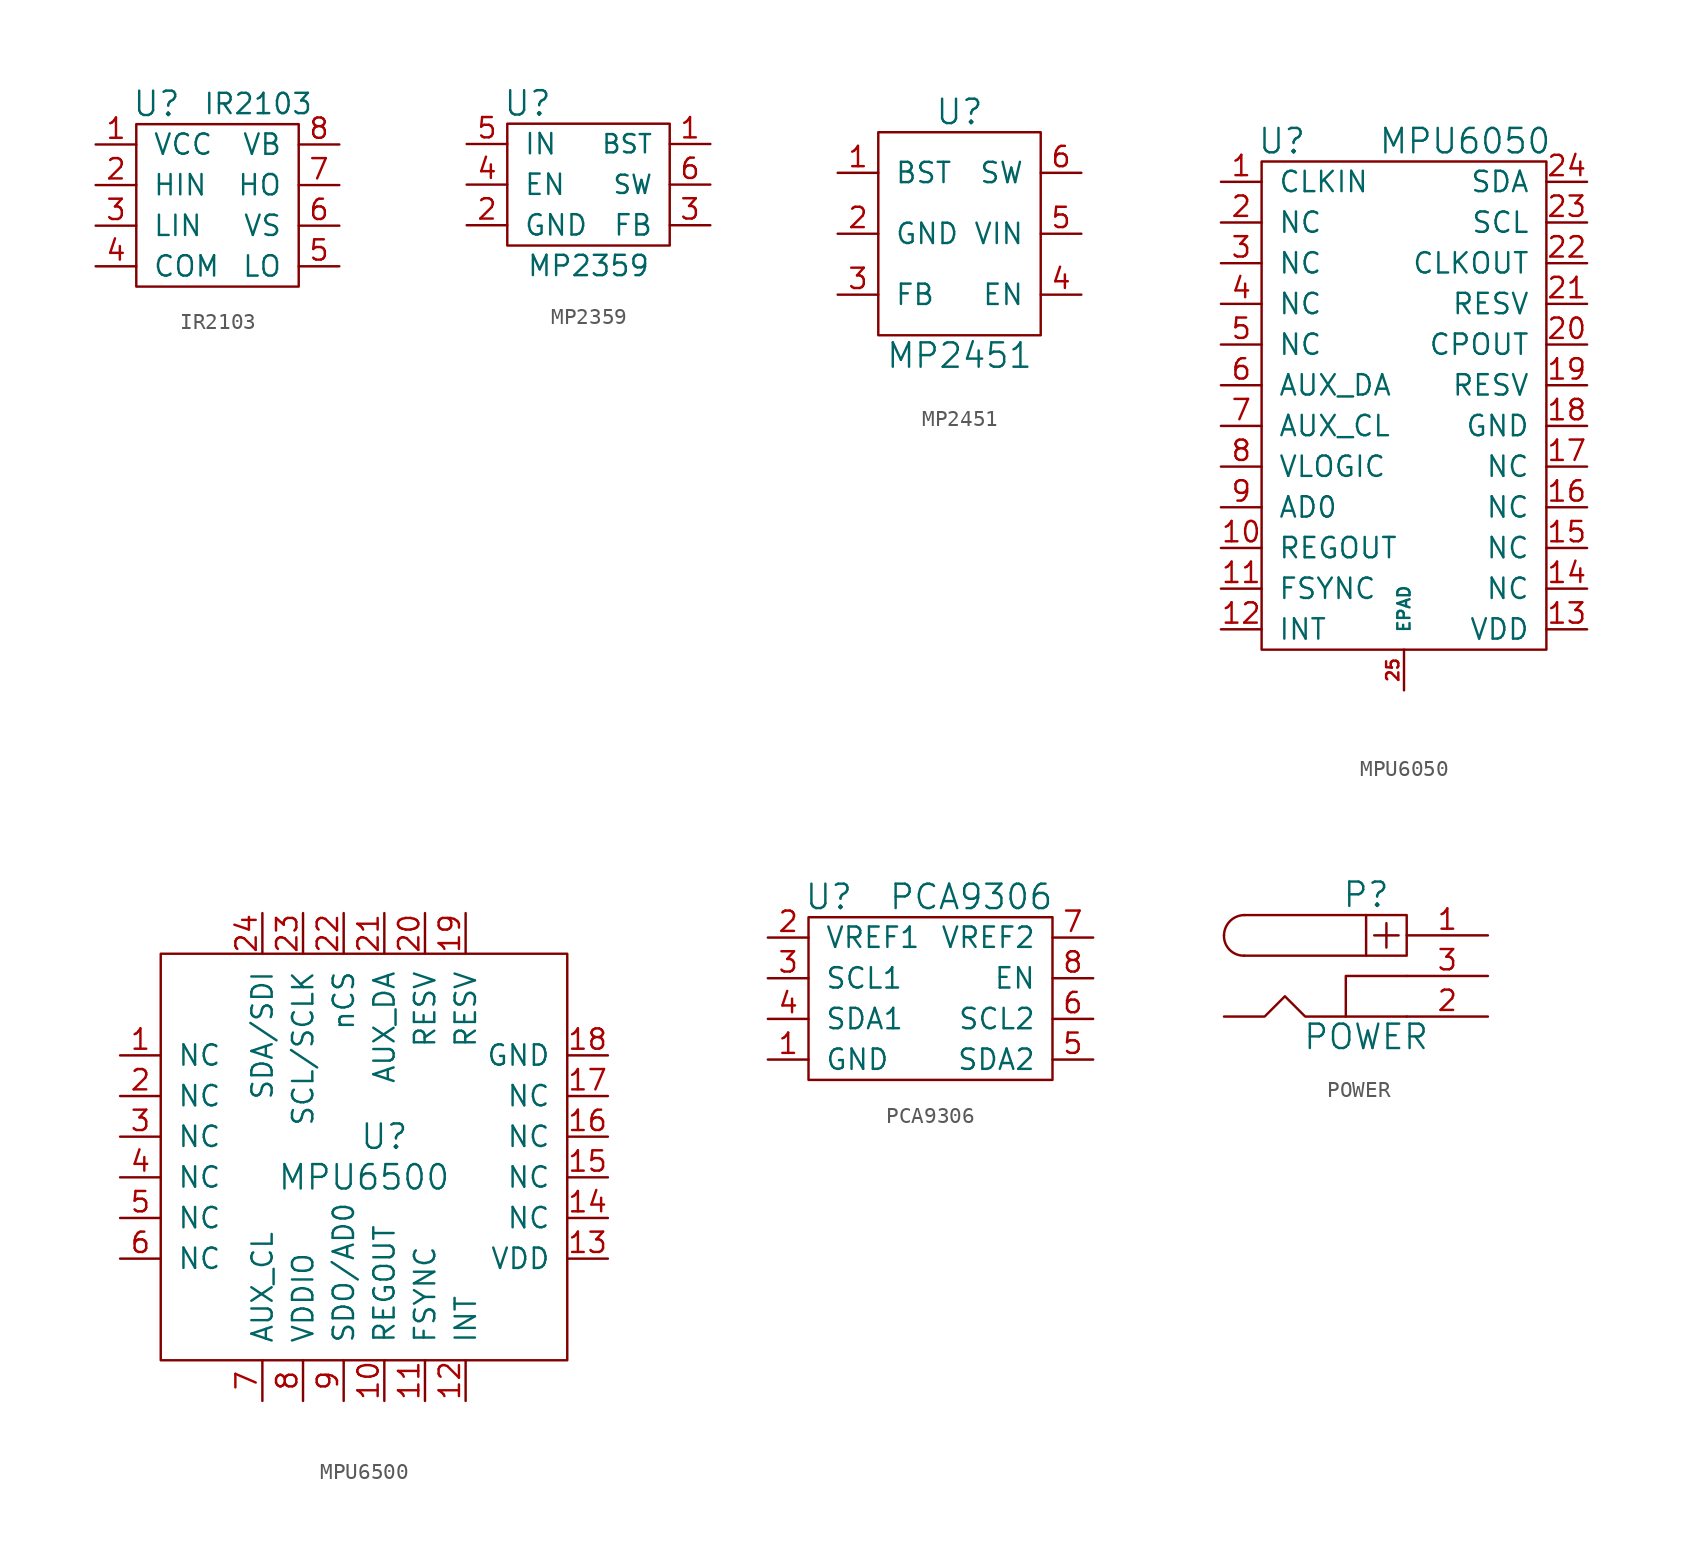
<source format=kicad_sym>
(kicad_symbol_lib
  (version 20220914)
  (generator kicad_symbol_editor)
  (symbol "IR2103"
    (pin_names
      (offset 1.016))
    (property "Reference" "U"
      (at -3.81 6.35 0)
      (effects (font (size 1.524 1.524))))
    (property "Value" "IR2103"
      (at 2.54 6.35 0)
      (effects (font (size 1.27 1.27))))
    (symbol "IR2103_0_1"
      (rectangle (start -5.08 5.08) (end 5.08 -5.08) (stroke (width 0) (type default)) (fill (type none))))
    (symbol "IR2103_1_1"
      (pin passive line (at -7.62 3.81 0) (length 2.54) (name "VCC" (effects (font (size 1.27 1.27)))) (number "1" (effects (font (size 1.27 1.27)))))
      (pin passive line (at -7.62 1.27 0) (length 2.54) (name "HIN" (effects (font (size 1.27 1.27)))) (number "2" (effects (font (size 1.27 1.27)))))
      (pin passive line (at -7.62 -1.27 0) (length 2.54) (name "LIN" (effects (font (size 1.27 1.27)))) (number "3" (effects (font (size 1.27 1.27)))))
      (pin passive line (at -7.62 -3.81 0) (length 2.54) (name "COM" (effects (font (size 1.27 1.27)))) (number "4" (effects (font (size 1.27 1.27)))))
      (pin passive line (at 7.62 -3.81 180) (length 2.54) (name "LO" (effects (font (size 1.27 1.27)))) (number "5" (effects (font (size 1.27 1.27)))))
      (pin passive line (at 7.62 -1.27 180) (length 2.54) (name "VS" (effects (font (size 1.27 1.27)))) (number "6" (effects (font (size 1.27 1.27)))))
      (pin passive line (at 7.62 1.27 180) (length 2.54) (name "HO" (effects (font (size 1.27 1.27)))) (number "7" (effects (font (size 1.27 1.27)))))
      (pin passive line (at 7.62 3.81 180) (length 2.54) (name "VB" (effects (font (size 1.27 1.27)))) (number "8" (effects (font (size 1.27 1.27)))))))
  (symbol "MP2359"
    (pin_names
      (offset 1.016))
    (property "Reference" "U"
      (at -3.81 5.08 0)
      (effects (font (size 1.524 1.524))))
    (property "Value" "MP2359"
      (at 0 -5.08 0)
      (effects (font (size 1.27 1.27))))
    (property "Footprint" ""
      (at 0 0 0)
      (effects (font (size 1.524 1.524))))
    (property "Datasheet" ""
      (at 0 0 0)
      (effects (font (size 1.524 1.524))))
    (symbol "MP2359_0_1"
      (rectangle (start -5.08 3.81) (end 5.08 -3.81) (stroke (width 0) (type default)) (fill (type none))))
    (symbol "MP2359_1_1"
      (pin input line (at 7.62 2.54 180) (length 2.54) (name "BST" (effects (font (size 1.143 1.143)))) (number "1" (effects (font (size 1.27 1.27)))))
      (pin input line (at -7.62 -2.54 0) (length 2.54) (name "GND" (effects (font (size 1.27 1.27)))) (number "2" (effects (font (size 1.27 1.27)))))
      (pin input line (at 7.62 -2.54 180) (length 2.54) (name "FB" (effects (font (size 1.27 1.27)))) (number "3" (effects (font (size 1.27 1.27)))))
      (pin input line (at -7.62 0 0) (length 2.54) (name "EN" (effects (font (size 1.27 1.27)))) (number "4" (effects (font (size 1.27 1.27)))))
      (pin input line (at -7.62 2.54 0) (length 2.54) (name "IN" (effects (font (size 1.27 1.27)))) (number "5" (effects (font (size 1.27 1.27)))))
      (pin input line (at 7.62 0 180) (length 2.54) (name "SW" (effects (font (size 1.143 1.143)))) (number "6" (effects (font (size 1.27 1.27)))))))
  (symbol "MP2451"
    (pin_names
      (offset 1.016))
    (property "Reference" "U"
      (at 0 7.62 0)
      (effects (font (size 1.524 1.524))))
    (property "Value" "MP2451"
      (at 0 -7.62 0)
      (effects (font (size 1.524 1.524))))
    (symbol "MP2451_0_1"
      (rectangle (start -5.08 6.35) (end 5.08 -6.35) (stroke (width 0) (type default)) (fill (type none))))
    (symbol "MP2451_1_1"
      (pin bidirectional line (at -7.62 3.81 0) (length 2.54) (name "BST" (effects (font (size 1.27 1.27)))) (number "1" (effects (font (size 1.27 1.27)))))
      (pin power_in line (at -7.62 0 0) (length 2.54) (name "GND" (effects (font (size 1.27 1.27)))) (number "2" (effects (font (size 1.27 1.27)))))
      (pin input line (at -7.62 -3.81 0) (length 2.54) (name "FB" (effects (font (size 1.27 1.27)))) (number "3" (effects (font (size 1.27 1.27)))))
      (pin input line (at 7.62 -3.81 180) (length 2.54) (name "EN" (effects (font (size 1.27 1.27)))) (number "4" (effects (font (size 1.27 1.27)))))
      (pin power_in line (at 7.62 0 180) (length 2.54) (name "VIN" (effects (font (size 1.27 1.27)))) (number "5" (effects (font (size 1.27 1.27)))))
      (pin output line (at 7.62 3.81 180) (length 2.54) (name "SW" (effects (font (size 1.27 1.27)))) (number "6" (effects (font (size 1.27 1.27)))))))
  (symbol "MPU6050"
    (pin_names
      (offset 1.016))
    (property "Reference" "U"
      (at -7.62 16.51 0)
      (effects (font (size 1.524 1.524))))
    (property "Value" "MPU6050"
      (at 3.81 16.51 0)
      (effects (font (size 1.524 1.524))))
    (property "Footprint" ""
      (at 0 0 0)
      (effects (font (size 1.524 1.524))))
    (property "Datasheet" ""
      (at 0 0 0)
      (effects (font (size 1.524 1.524))))
    (symbol "MPU6050_0_1"
      (rectangle (start -8.89 15.24) (end 8.89 -15.24) (stroke (width 0) (type default)) (fill (type none))))
    (symbol "MPU6050_1_1"
      (pin bidirectional line (at -11.43 13.97 0) (length 2.54) (name "CLKIN" (effects (font (size 1.27 1.27)))) (number "1" (effects (font (size 1.27 1.27)))))
      (pin bidirectional line (at -11.43 -8.89 0) (length 2.54) (name "REGOUT" (effects (font (size 1.27 1.27)))) (number "10" (effects (font (size 1.27 1.27)))))
      (pin bidirectional line (at -11.43 -11.43 0) (length 2.54) (name "FSYNC" (effects (font (size 1.27 1.27)))) (number "11" (effects (font (size 1.27 1.27)))))
      (pin bidirectional line (at -11.43 -13.97 0) (length 2.54) (name "INT" (effects (font (size 1.27 1.27)))) (number "12" (effects (font (size 1.27 1.27)))))
      (pin bidirectional line (at 11.43 -13.97 180) (length 2.54) (name "VDD" (effects (font (size 1.27 1.27)))) (number "13" (effects (font (size 1.27 1.27)))))
      (pin bidirectional line (at 11.43 -11.43 180) (length 2.54) (name "NC" (effects (font (size 1.27 1.27)))) (number "14" (effects (font (size 1.27 1.27)))))
      (pin bidirectional line (at 11.43 -8.89 180) (length 2.54) (name "NC" (effects (font (size 1.27 1.27)))) (number "15" (effects (font (size 1.27 1.27)))))
      (pin bidirectional line (at 11.43 -6.35 180) (length 2.54) (name "NC" (effects (font (size 1.27 1.27)))) (number "16" (effects (font (size 1.27 1.27)))))
      (pin bidirectional line (at 11.43 -3.81 180) (length 2.54) (name "NC" (effects (font (size 1.27 1.27)))) (number "17" (effects (font (size 1.27 1.27)))))
      (pin bidirectional line (at 11.43 -1.27 180) (length 2.54) (name "GND" (effects (font (size 1.27 1.27)))) (number "18" (effects (font (size 1.27 1.27)))))
      (pin bidirectional line (at 11.43 1.27 180) (length 2.54) (name "RESV" (effects (font (size 1.27 1.27)))) (number "19" (effects (font (size 1.27 1.27)))))
      (pin bidirectional line (at -11.43 11.43 0) (length 2.54) (name "NC" (effects (font (size 1.27 1.27)))) (number "2" (effects (font (size 1.27 1.27)))))
      (pin bidirectional line (at 11.43 3.81 180) (length 2.54) (name "CPOUT" (effects (font (size 1.27 1.27)))) (number "20" (effects (font (size 1.27 1.27)))))
      (pin bidirectional line (at 11.43 6.35 180) (length 2.54) (name "RESV" (effects (font (size 1.27 1.27)))) (number "21" (effects (font (size 1.27 1.27)))))
      (pin bidirectional line (at 11.43 8.89 180) (length 2.54) (name "CLKOUT" (effects (font (size 1.27 1.27)))) (number "22" (effects (font (size 1.27 1.27)))))
      (pin bidirectional line (at 11.43 11.43 180) (length 2.54) (name "SCL" (effects (font (size 1.27 1.27)))) (number "23" (effects (font (size 1.27 1.27)))))
      (pin bidirectional line (at 11.43 13.97 180) (length 2.54) (name "SDA" (effects (font (size 1.27 1.27)))) (number "24" (effects (font (size 1.27 1.27)))))
      (pin passive line (at 0 -17.78 90) (length 2.54) (name "EPAD" (effects (font (size 0.762 0.762)))) (number "25" (effects (font (size 0.762 0.762)))))
      (pin bidirectional line (at -11.43 8.89 0) (length 2.54) (name "NC" (effects (font (size 1.27 1.27)))) (number "3" (effects (font (size 1.27 1.27)))))
      (pin bidirectional line (at -11.43 6.35 0) (length 2.54) (name "NC" (effects (font (size 1.27 1.27)))) (number "4" (effects (font (size 1.27 1.27)))))
      (pin bidirectional line (at -11.43 3.81 0) (length 2.54) (name "NC" (effects (font (size 1.27 1.27)))) (number "5" (effects (font (size 1.27 1.27)))))
      (pin bidirectional line (at -11.43 1.27 0) (length 2.54) (name "AUX_DA" (effects (font (size 1.27 1.27)))) (number "6" (effects (font (size 1.27 1.27)))))
      (pin bidirectional line (at -11.43 -1.27 0) (length 2.54) (name "AUX_CL" (effects (font (size 1.27 1.27)))) (number "7" (effects (font (size 1.27 1.27)))))
      (pin bidirectional line (at -11.43 -3.81 0) (length 2.54) (name "VLOGIC" (effects (font (size 1.27 1.27)))) (number "8" (effects (font (size 1.27 1.27)))))
      (pin bidirectional line (at -11.43 -6.35 0) (length 2.54) (name "AD0" (effects (font (size 1.27 1.27)))) (number "9" (effects (font (size 1.27 1.27)))))))
  (symbol "MPU6500"
    (pin_names
      (offset 1.016))
    (property "Reference" "U"
      (at 1.27 1.27 0)
      (effects (font (size 1.524 1.524))))
    (property "Value" "MPU6500"
      (at 0 -1.27 0)
      (effects (font (size 1.524 1.524))))
    (property "Footprint" ""
      (at 0 0 0)
      (effects (font (size 1.524 1.524))))
    (property "Datasheet" ""
      (at 0 0 0)
      (effects (font (size 1.524 1.524))))
    (symbol "MPU6500_0_1"
      (rectangle (start -12.7 12.7) (end 12.7 -12.7) (stroke (width 0) (type default)) (fill (type none))))
    (symbol "MPU6500_1_1"
      (pin bidirectional line (at -15.24 6.35 0) (length 2.54) (name "NC" (effects (font (size 1.27 1.27)))) (number "1" (effects (font (size 1.27 1.27)))))
      (pin bidirectional line (at 1.27 -15.24 90) (length 2.54) (name "REGOUT" (effects (font (size 1.27 1.27)))) (number "10" (effects (font (size 1.27 1.27)))))
      (pin bidirectional line (at 3.81 -15.24 90) (length 2.54) (name "FSYNC" (effects (font (size 1.27 1.27)))) (number "11" (effects (font (size 1.27 1.27)))))
      (pin bidirectional line (at 6.35 -15.24 90) (length 2.54) (name "INT" (effects (font (size 1.27 1.27)))) (number "12" (effects (font (size 1.27 1.27)))))
      (pin bidirectional line (at 15.24 -6.35 180) (length 2.54) (name "VDD" (effects (font (size 1.27 1.27)))) (number "13" (effects (font (size 1.27 1.27)))))
      (pin bidirectional line (at 15.24 -3.81 180) (length 2.54) (name "NC" (effects (font (size 1.27 1.27)))) (number "14" (effects (font (size 1.27 1.27)))))
      (pin bidirectional line (at 15.24 -1.27 180) (length 2.54) (name "NC" (effects (font (size 1.27 1.27)))) (number "15" (effects (font (size 1.27 1.27)))))
      (pin bidirectional line (at 15.24 1.27 180) (length 2.54) (name "NC" (effects (font (size 1.27 1.27)))) (number "16" (effects (font (size 1.27 1.27)))))
      (pin bidirectional line (at 15.24 3.81 180) (length 2.54) (name "NC" (effects (font (size 1.27 1.27)))) (number "17" (effects (font (size 1.27 1.27)))))
      (pin bidirectional line (at 15.24 6.35 180) (length 2.54) (name "GND" (effects (font (size 1.27 1.27)))) (number "18" (effects (font (size 1.27 1.27)))))
      (pin bidirectional line (at 6.35 15.24 270) (length 2.54) (name "RESV" (effects (font (size 1.27 1.27)))) (number "19" (effects (font (size 1.27 1.27)))))
      (pin bidirectional line (at -15.24 3.81 0) (length 2.54) (name "NC" (effects (font (size 1.27 1.27)))) (number "2" (effects (font (size 1.27 1.27)))))
      (pin bidirectional line (at 3.81 15.24 270) (length 2.54) (name "RESV" (effects (font (size 1.27 1.27)))) (number "20" (effects (font (size 1.27 1.27)))))
      (pin bidirectional line (at 1.27 15.24 270) (length 2.54) (name "AUX_DA" (effects (font (size 1.27 1.27)))) (number "21" (effects (font (size 1.27 1.27)))))
      (pin bidirectional line (at -1.27 15.24 270) (length 2.54) (name "nCS" (effects (font (size 1.27 1.27)))) (number "22" (effects (font (size 1.27 1.27)))))
      (pin bidirectional line (at -3.81 15.24 270) (length 2.54) (name "SCL/SCLK" (effects (font (size 1.27 1.27)))) (number "23" (effects (font (size 1.27 1.27)))))
      (pin bidirectional line (at -6.35 15.24 270) (length 2.54) (name "SDA/SDI" (effects (font (size 1.27 1.27)))) (number "24" (effects (font (size 1.27 1.27)))))
      (pin bidirectional line (at -15.24 1.27 0) (length 2.54) (name "NC" (effects (font (size 1.27 1.27)))) (number "3" (effects (font (size 1.27 1.27)))))
      (pin bidirectional line (at -15.24 -1.27 0) (length 2.54) (name "NC" (effects (font (size 1.27 1.27)))) (number "4" (effects (font (size 1.27 1.27)))))
      (pin bidirectional line (at -15.24 -3.81 0) (length 2.54) (name "NC" (effects (font (size 1.27 1.27)))) (number "5" (effects (font (size 1.27 1.27)))))
      (pin bidirectional line (at -15.24 -6.35 0) (length 2.54) (name "NC" (effects (font (size 1.27 1.27)))) (number "6" (effects (font (size 1.27 1.27)))))
      (pin bidirectional line (at -6.35 -15.24 90) (length 2.54) (name "AUX_CL" (effects (font (size 1.27 1.27)))) (number "7" (effects (font (size 1.27 1.27)))))
      (pin bidirectional line (at -3.81 -15.24 90) (length 2.54) (name "VDDIO" (effects (font (size 1.27 1.27)))) (number "8" (effects (font (size 1.27 1.27)))))
      (pin bidirectional line (at -1.27 -15.24 90) (length 2.54) (name "SDO/AD0" (effects (font (size 1.27 1.27)))) (number "9" (effects (font (size 1.27 1.27)))))))
  (symbol "PCA9306"
    (pin_names
      (offset 1.016))
    (property "Reference" "U"
      (at -6.35 6.35 0)
      (effects (font (size 1.524 1.524))))
    (property "Value" "PCA9306"
      (at 2.54 6.35 0)
      (effects (font (size 1.524 1.524))))
    (property "Footprint" ""
      (at 0 0 0)
      (effects (font (size 1.524 1.524))))
    (property "Datasheet" ""
      (at 0 0 0)
      (effects (font (size 1.524 1.524))))
    (symbol "PCA9306_0_1"
      (rectangle (start -7.62 5.08) (end 7.62 -5.08) (stroke (width 0) (type default)) (fill (type none))))
    (symbol "PCA9306_1_1"
      (pin bidirectional line (at -10.16 -3.81 0) (length 2.54) (name "GND" (effects (font (size 1.27 1.27)))) (number "1" (effects (font (size 1.27 1.27)))))
      (pin bidirectional line (at -10.16 3.81 0) (length 2.54) (name "VREF1" (effects (font (size 1.27 1.27)))) (number "2" (effects (font (size 1.27 1.27)))))
      (pin bidirectional line (at -10.16 1.27 0) (length 2.54) (name "SCL1" (effects (font (size 1.27 1.27)))) (number "3" (effects (font (size 1.27 1.27)))))
      (pin bidirectional line (at -10.16 -1.27 0) (length 2.54) (name "SDA1" (effects (font (size 1.27 1.27)))) (number "4" (effects (font (size 1.27 1.27)))))
      (pin bidirectional line (at 10.16 -3.81 180) (length 2.54) (name "SDA2" (effects (font (size 1.27 1.27)))) (number "5" (effects (font (size 1.27 1.27)))))
      (pin bidirectional line (at 10.16 -1.27 180) (length 2.54) (name "SCL2" (effects (font (size 1.27 1.27)))) (number "6" (effects (font (size 1.27 1.27)))))
      (pin bidirectional line (at 10.16 3.81 180) (length 2.54) (name "VREF2" (effects (font (size 1.27 1.27)))) (number "7" (effects (font (size 1.27 1.27)))))
      (pin bidirectional line (at 10.16 1.27 180) (length 2.54) (name "EN" (effects (font (size 1.27 1.27)))) (number "8" (effects (font (size 1.27 1.27)))))))
  (symbol "POWER"
    (pin_names
      (offset 1.016))
    (property "Reference" "P"
      (at 0 5.08 0)
      (effects (font (size 1.524 1.524))))
    (property "Value" "POWER"
      (at 0 -3.81 0)
      (effects (font (size 1.524 1.524))))
    (property "Footprint" ""
      (at 0 0 0)
      (effects (font (size 1.524 1.524))))
    (property "Datasheet" ""
      (at 0 0 0)
      (effects (font (size 1.524 1.524))))
    (symbol "POWER_0_1"
      (arc (start -8.89 2.54) (mid -8.5309 1.6291) (end -7.62 1.27) (stroke (width 0) (type default)) (fill (type none)))
      (arc (start -7.62 3.81) (mid -8.5127 3.4327) (end -8.89 2.54) (stroke (width 0) (type default)) (fill (type none)))
      (polyline (pts (xy -7.62 1.27) (xy 0 1.27)) (stroke (width 0) (type default)) (fill (type none)))
      (polyline (pts (xy 0 3.81) (xy -7.62 3.81)) (stroke (width 0) (type default)) (fill (type none)))
      (polyline (pts (xy 0.508 2.54) (xy 2.032 2.54)) (stroke (width 0) (type default)) (fill (type none)))
      (polyline (pts (xy 1.27 3.302) (xy 1.27 1.778)) (stroke (width 0) (type default)) (fill (type none)))
      (polyline (pts (xy 2.54 0) (xy -1.27 0) (xy -1.27 -2.54)) (stroke (width 0) (type default)) (fill (type none)))
      (polyline (pts (xy 2.54 -2.54) (xy -3.81 -2.54) (xy -5.08 -1.27) (xy -6.35 -2.54) (xy -8.89 -2.54)) (stroke (width 0) (type default)) (fill (type none)))
      (rectangle (start 2.54 3.81) (end 0 1.27) (stroke (width 0) (type default)) (fill (type none))))
    (symbol "POWER_1_1"
      (pin passive line (at 7.62 2.54 180) (length 5.08) (name "~" (effects (font (size 1.27 1.27)))) (number "1" (effects (font (size 1.27 1.27)))))
      (pin passive line (at 7.62 -2.54 180) (length 5.08) (name "~" (effects (font (size 1.27 1.27)))) (number "2" (effects (font (size 1.27 1.27)))))
      (pin passive line (at 7.62 0 180) (length 5.08) (name "~" (effects (font (size 1.27 1.27)))) (number "3" (effects (font (size 1.27 1.27))))))))
</source>
